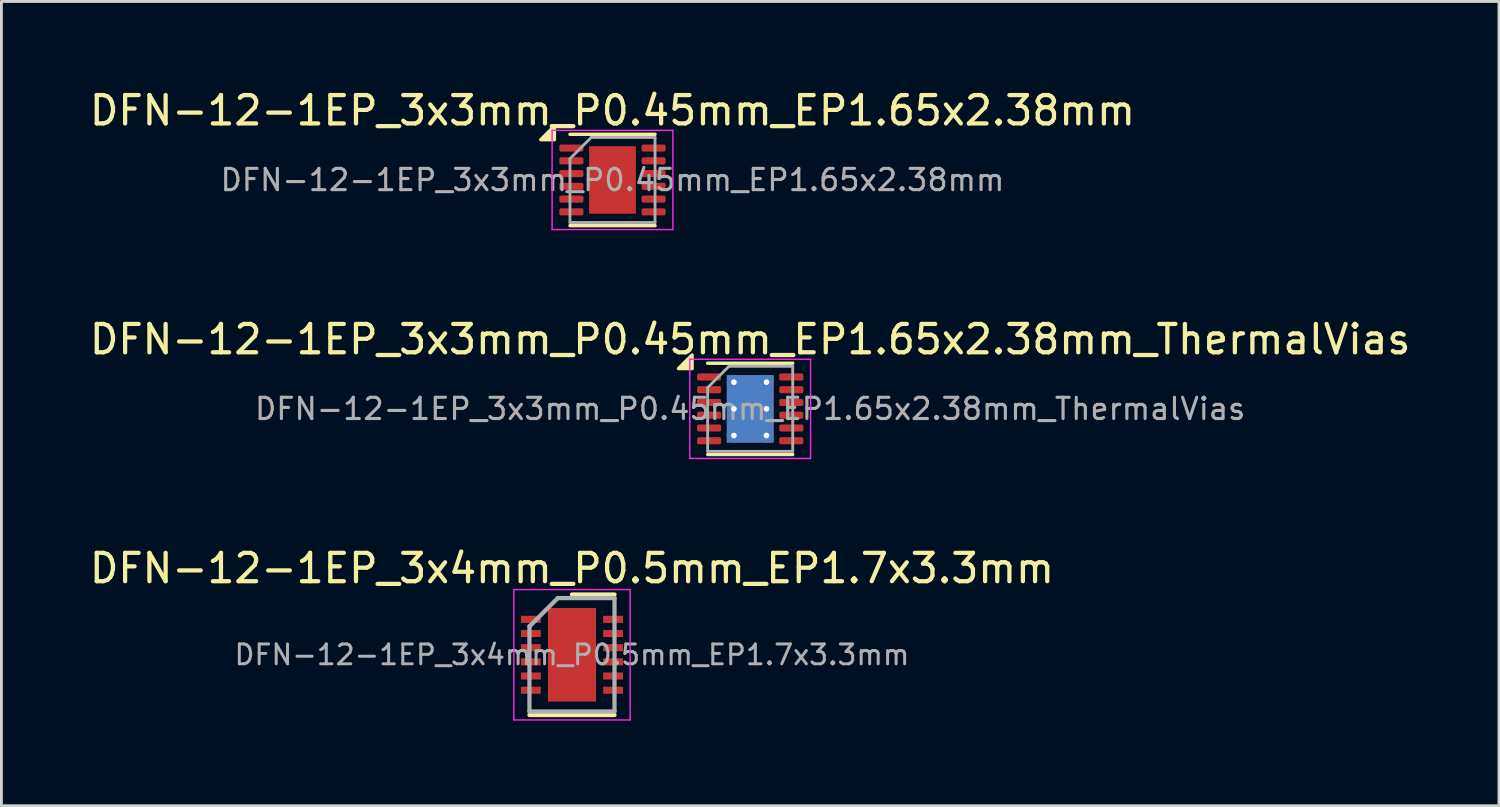
<source format=kicad_pcb>
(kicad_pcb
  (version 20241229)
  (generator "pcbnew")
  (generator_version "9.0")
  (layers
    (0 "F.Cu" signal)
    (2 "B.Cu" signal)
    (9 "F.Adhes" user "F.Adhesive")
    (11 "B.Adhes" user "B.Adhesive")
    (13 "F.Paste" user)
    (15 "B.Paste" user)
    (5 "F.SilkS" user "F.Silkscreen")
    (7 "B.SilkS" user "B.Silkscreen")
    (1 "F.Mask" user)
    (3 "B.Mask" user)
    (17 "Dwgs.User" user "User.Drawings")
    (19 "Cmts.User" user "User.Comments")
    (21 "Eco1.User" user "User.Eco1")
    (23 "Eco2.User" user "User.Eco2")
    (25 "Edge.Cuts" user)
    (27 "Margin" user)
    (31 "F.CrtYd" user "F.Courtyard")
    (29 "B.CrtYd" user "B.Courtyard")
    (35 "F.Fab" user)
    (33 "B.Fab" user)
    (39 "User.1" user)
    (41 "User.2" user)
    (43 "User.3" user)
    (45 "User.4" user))
  (footprint "DFN-12-1EP_3x3mm_P0.45mm_EP1.65x2.38mm_ThermalVias"
    (layer "F.Cu")
    (at 23.411 11.371)
    (property "Reference" "DFN-12-1EP_3x3mm_P0.45mm_EP1.65x2.38mm_ThermalVias" (at 0 -2.45 0) (layer "F.SilkS") (effects (font (size 1 1) (thickness 0.15))))
    (attr smd)
    (fp_line (start -1.5 -1.61) (end 1.5 -1.61) (stroke (width 0.12) (type solid)) (layer "F.SilkS"))
    (fp_line (start -1.5 1.61) (end 1.5 1.61) (stroke (width 0.12) (type solid)) (layer "F.SilkS"))
    (fp_poly (pts (xy -2.05 -1.42) (xy -2.53 -1.42) (xy -2.05 -1.9) (xy -2.05 -1.42)) (stroke (width 0.12) (type solid)) (fill yes) (layer "F.SilkS"))
    (fp_line (start -2.13 -1.75) (end -2.13 1.75) (stroke (width 0.05) (type solid)) (layer "F.CrtYd"))
    (fp_line (start -2.13 1.75) (end 2.13 1.75) (stroke (width 0.05) (type solid)) (layer "F.CrtYd"))
    (fp_line (start 2.13 -1.75) (end -2.13 -1.75) (stroke (width 0.05) (type solid)) (layer "F.CrtYd"))
    (fp_line (start 2.13 1.75) (end 2.13 -1.75) (stroke (width 0.05) (type solid)) (layer "F.CrtYd"))
    (fp_line (start -1.5 -0.75) (end -0.75 -1.5) (stroke (width 0.1) (type solid)) (layer "F.Fab"))
    (fp_line (start -1.5 1.5) (end -1.5 -0.75) (stroke (width 0.1) (type solid)) (layer "F.Fab"))
    (fp_line (start -0.75 -1.5) (end 1.5 -1.5) (stroke (width 0.1) (type solid)) (layer "F.Fab"))
    (fp_line (start 1.5 -1.5) (end 1.5 1.5) (stroke (width 0.1) (type solid)) (layer "F.Fab"))
    (fp_line (start 1.5 1.5) (end -1.5 1.5) (stroke (width 0.1) (type solid)) (layer "F.Fab"))
    (fp_text user "${REFERENCE}" (at 0 0 0) (layer "F.Fab") (effects (font (size 0.75 0.75) (thickness 0.11))))
    (pad "" smd roundrect (at -0.41 -0.595) (size 0.67 0.96) (layers "F.Paste") (roundrect_rratio 0.25))
    (pad "" smd roundrect (at -0.41 0.595) (size 0.67 0.96) (layers "F.Paste") (roundrect_rratio 0.25))
    (pad "" smd roundrect (at 0.41 -0.595) (size 0.67 0.96) (layers "F.Paste") (roundrect_rratio 0.25))
    (pad "" smd roundrect (at 0.41 0.595) (size 0.67 0.96) (layers "F.Paste") (roundrect_rratio 0.25))
    (pad "1" smd roundrect (at -1.45 -1.125) (size 0.85 0.25) (layers "F.Cu" "F.Mask" "F.Paste") (roundrect_rratio 0.25))
    (pad "2" smd roundrect (at -1.45 -0.675) (size 0.85 0.25) (layers "F.Cu" "F.Mask" "F.Paste") (roundrect_rratio 0.25))
    (pad "3" smd roundrect (at -1.45 -0.225) (size 0.85 0.25) (layers "F.Cu" "F.Mask" "F.Paste") (roundrect_rratio 0.25))
    (pad "4" smd roundrect (at -1.45 0.225) (size 0.85 0.25) (layers "F.Cu" "F.Mask" "F.Paste") (roundrect_rratio 0.25))
    (pad "5" smd roundrect (at -1.45 0.675) (size 0.85 0.25) (layers "F.Cu" "F.Mask" "F.Paste") (roundrect_rratio 0.25))
    (pad "6" smd roundrect (at -1.45 1.125) (size 0.85 0.25) (layers "F.Cu" "F.Mask" "F.Paste") (roundrect_rratio 0.25))
    (pad "7" smd roundrect (at 1.45 1.125) (size 0.85 0.25) (layers "F.Cu" "F.Mask" "F.Paste") (roundrect_rratio 0.25))
    (pad "8" smd roundrect (at 1.45 0.675) (size 0.85 0.25) (layers "F.Cu" "F.Mask" "F.Paste") (roundrect_rratio 0.25))
    (pad "9" smd roundrect (at 1.45 0.225) (size 0.85 0.25) (layers "F.Cu" "F.Mask" "F.Paste") (roundrect_rratio 0.25))
    (pad "10" smd roundrect (at 1.45 -0.225) (size 0.85 0.25) (layers "F.Cu" "F.Mask" "F.Paste") (roundrect_rratio 0.25))
    (pad "11" smd roundrect (at 1.45 -0.675) (size 0.85 0.25) (layers "F.Cu" "F.Mask" "F.Paste") (roundrect_rratio 0.25))
    (pad "12" smd roundrect (at 1.45 -1.125) (size 0.85 0.25) (layers "F.Cu" "F.Mask" "F.Paste") (roundrect_rratio 0.25))
    (pad "13" thru_hole circle (at -0.575 -0.94) (size 0.5 0.5) (drill 0.2) (property pad_prop_heatsink) (layers "*.Cu"))
    (pad "13" thru_hole circle (at -0.575 0) (size 0.5 0.5) (drill 0.2) (property pad_prop_heatsink) (layers "*.Cu"))
    (pad "13" thru_hole circle (at -0.575 0.94) (size 0.5 0.5) (drill 0.2) (property pad_prop_heatsink) (layers "*.Cu"))
    (pad "13" smd rect (at 0 0) (size 1.65 2.38) (property pad_prop_heatsink) (layers "F.Cu" "F.Mask"))
    (pad "13" smd rect (at 0 0) (size 1.65 2.38) (property pad_prop_heatsink) (layers "B.Cu"))
    (pad "13" thru_hole circle (at 0.575 -0.94) (size 0.5 0.5) (drill 0.2) (property pad_prop_heatsink) (layers "*.Cu"))
    (pad "13" thru_hole circle (at 0.575 0) (size 0.5 0.5) (drill 0.2) (property pad_prop_heatsink) (layers "*.Cu"))
    (pad "13" thru_hole circle (at 0.575 0.94) (size 0.5 0.5) (drill 0.2) (property pad_prop_heatsink) (layers "*.Cu")))
  (footprint "DFN-12-1EP_3x3mm_P0.45mm_EP1.65x2.38mm"
    (layer "F.Cu")
    (at 18.554 3.298)
    (property "Reference" "DFN-12-1EP_3x3mm_P0.45mm_EP1.65x2.38mm" (at 0 -2.45 0) (layer "F.SilkS") (effects (font (size 1 1) (thickness 0.15))))
    (attr smd)
    (fp_line (start -1.5 -1.61) (end 1.5 -1.61) (stroke (width 0.12) (type solid)) (layer "F.SilkS"))
    (fp_line (start -1.5 1.61) (end 1.5 1.61) (stroke (width 0.12) (type solid)) (layer "F.SilkS"))
    (fp_poly (pts (xy -2.05 -1.42) (xy -2.53 -1.42) (xy -2.05 -1.9) (xy -2.05 -1.42)) (stroke (width 0.12) (type solid)) (fill yes) (layer "F.SilkS"))
    (fp_line (start -2.13 -1.75) (end -2.13 1.75) (stroke (width 0.05) (type solid)) (layer "F.CrtYd"))
    (fp_line (start -2.13 1.75) (end 2.13 1.75) (stroke (width 0.05) (type solid)) (layer "F.CrtYd"))
    (fp_line (start 2.13 -1.75) (end -2.13 -1.75) (stroke (width 0.05) (type solid)) (layer "F.CrtYd"))
    (fp_line (start 2.13 1.75) (end 2.13 -1.75) (stroke (width 0.05) (type solid)) (layer "F.CrtYd"))
    (fp_line (start -1.5 -0.75) (end -0.75 -1.5) (stroke (width 0.1) (type solid)) (layer "F.Fab"))
    (fp_line (start -1.5 1.5) (end -1.5 -0.75) (stroke (width 0.1) (type solid)) (layer "F.Fab"))
    (fp_line (start -0.75 -1.5) (end 1.5 -1.5) (stroke (width 0.1) (type solid)) (layer "F.Fab"))
    (fp_line (start 1.5 -1.5) (end 1.5 1.5) (stroke (width 0.1) (type solid)) (layer "F.Fab"))
    (fp_line (start 1.5 1.5) (end -1.5 1.5) (stroke (width 0.1) (type solid)) (layer "F.Fab"))
    (fp_text user "${REFERENCE}" (at 0 0 0) (layer "F.Fab") (effects (font (size 0.75 0.75) (thickness 0.11))))
    (pad "" smd roundrect (at -0.41 -0.595) (size 0.67 0.96) (layers "F.Paste") (roundrect_rratio 0.25))
    (pad "" smd roundrect (at -0.41 0.595) (size 0.67 0.96) (layers "F.Paste") (roundrect_rratio 0.25))
    (pad "" smd roundrect (at 0.41 -0.595) (size 0.67 0.96) (layers "F.Paste") (roundrect_rratio 0.25))
    (pad "" smd roundrect (at 0.41 0.595) (size 0.67 0.96) (layers "F.Paste") (roundrect_rratio 0.25))
    (pad "1" smd roundrect (at -1.45 -1.125) (size 0.85 0.25) (layers "F.Cu" "F.Mask" "F.Paste") (roundrect_rratio 0.25))
    (pad "2" smd roundrect (at -1.45 -0.675) (size 0.85 0.25) (layers "F.Cu" "F.Mask" "F.Paste") (roundrect_rratio 0.25))
    (pad "3" smd roundrect (at -1.45 -0.225) (size 0.85 0.25) (layers "F.Cu" "F.Mask" "F.Paste") (roundrect_rratio 0.25))
    (pad "4" smd roundrect (at -1.45 0.225) (size 0.85 0.25) (layers "F.Cu" "F.Mask" "F.Paste") (roundrect_rratio 0.25))
    (pad "5" smd roundrect (at -1.45 0.675) (size 0.85 0.25) (layers "F.Cu" "F.Mask" "F.Paste") (roundrect_rratio 0.25))
    (pad "6" smd roundrect (at -1.45 1.125) (size 0.85 0.25) (layers "F.Cu" "F.Mask" "F.Paste") (roundrect_rratio 0.25))
    (pad "7" smd roundrect (at 1.45 1.125) (size 0.85 0.25) (layers "F.Cu" "F.Mask" "F.Paste") (roundrect_rratio 0.25))
    (pad "8" smd roundrect (at 1.45 0.675) (size 0.85 0.25) (layers "F.Cu" "F.Mask" "F.Paste") (roundrect_rratio 0.25))
    (pad "9" smd roundrect (at 1.45 0.225) (size 0.85 0.25) (layers "F.Cu" "F.Mask" "F.Paste") (roundrect_rratio 0.25))
    (pad "10" smd roundrect (at 1.45 -0.225) (size 0.85 0.25) (layers "F.Cu" "F.Mask" "F.Paste") (roundrect_rratio 0.25))
    (pad "11" smd roundrect (at 1.45 -0.675) (size 0.85 0.25) (layers "F.Cu" "F.Mask" "F.Paste") (roundrect_rratio 0.25))
    (pad "12" smd roundrect (at 1.45 -1.125) (size 0.85 0.25) (layers "F.Cu" "F.Mask" "F.Paste") (roundrect_rratio 0.25))
    (pad "13" smd rect (at 0 0) (size 1.65 2.38) (property pad_prop_heatsink) (layers "F.Cu" "F.Mask")))
  (footprint "DFN-12-1EP_3x4mm_P0.5mm_EP1.7x3.3mm"
    (layer "F.Cu")
    (at 17.125 20.045)
    (property "Reference" "DFN-12-1EP_3x4mm_P0.5mm_EP1.7x3.3mm" (at 0 -3.05 0) (layer "F.SilkS") (effects (font (size 1 1) (thickness 0.15))))
    (attr smd)
    (fp_line (start -1.5 2.125) (end 1.5 2.125) (stroke (width 0.15) (type solid)) (layer "F.SilkS"))
    (fp_line (start 0 -2.125) (end 1.5 -2.125) (stroke (width 0.15) (type solid)) (layer "F.SilkS"))
    (fp_line (start -2.05 -2.3) (end -2.05 2.3) (stroke (width 0.05) (type solid)) (layer "F.CrtYd"))
    (fp_line (start -2.05 -2.3) (end 2.05 -2.3) (stroke (width 0.05) (type solid)) (layer "F.CrtYd"))
    (fp_line (start -2.05 2.3) (end 2.05 2.3) (stroke (width 0.05) (type solid)) (layer "F.CrtYd"))
    (fp_line (start 2.05 -2.3) (end 2.05 2.3) (stroke (width 0.05) (type solid)) (layer "F.CrtYd"))
    (fp_line (start -1.5 -1) (end -0.5 -2) (stroke (width 0.15) (type solid)) (layer "F.Fab"))
    (fp_line (start -1.5 2) (end -1.5 -1) (stroke (width 0.15) (type solid)) (layer "F.Fab"))
    (fp_line (start -0.5 -2) (end 1.5 -2) (stroke (width 0.15) (type solid)) (layer "F.Fab"))
    (fp_line (start 1.5 -2) (end 1.5 2) (stroke (width 0.15) (type solid)) (layer "F.Fab"))
    (fp_line (start 1.5 2) (end -1.5 2) (stroke (width 0.15) (type solid)) (layer "F.Fab"))
    (fp_text user "${REFERENCE}" (at 0 0 0) (layer "F.Fab") (effects (font (size 0.7 0.7) (thickness 0.105))))
    (pad "" smd rect (at -0.425 -1.238) (size 0.685 0.67) (layers "F.Paste"))
    (pad "" smd rect (at -0.425 -0.412) (size 0.685 0.67) (layers "F.Paste"))
    (pad "" smd rect (at -0.425 0.412) (size 0.685 0.67) (layers "F.Paste"))
    (pad "" smd rect (at -0.425 1.238) (size 0.685 0.67) (layers "F.Paste"))
    (pad "" smd rect (at 0.425 -1.238) (size 0.685 0.67) (layers "F.Paste"))
    (pad "" smd rect (at 0.425 -0.412) (size 0.685 0.67) (layers "F.Paste"))
    (pad "" smd rect (at 0.425 0.412) (size 0.685 0.67) (layers "F.Paste"))
    (pad "" smd rect (at 0.425 1.238) (size 0.685 0.67) (layers "F.Paste"))
    (pad "1" smd rect (at -1.45 -1.25) (size 0.7 0.25) (layers "F.Cu" "F.Mask" "F.Paste"))
    (pad "2" smd rect (at -1.45 -0.75) (size 0.7 0.25) (layers "F.Cu" "F.Mask" "F.Paste"))
    (pad "3" smd rect (at -1.45 -0.25) (size 0.7 0.25) (layers "F.Cu" "F.Mask" "F.Paste"))
    (pad "4" smd rect (at -1.45 0.25) (size 0.7 0.25) (layers "F.Cu" "F.Mask" "F.Paste"))
    (pad "5" smd rect (at -1.45 0.75) (size 0.7 0.25) (layers "F.Cu" "F.Mask" "F.Paste"))
    (pad "6" smd rect (at -1.45 1.25) (size 0.7 0.25) (layers "F.Cu" "F.Mask" "F.Paste"))
    (pad "7" smd rect (at 1.45 1.25) (size 0.7 0.25) (layers "F.Cu" "F.Mask" "F.Paste"))
    (pad "8" smd rect (at 1.45 0.75) (size 0.7 0.25) (layers "F.Cu" "F.Mask" "F.Paste"))
    (pad "9" smd rect (at 1.45 0.25) (size 0.7 0.25) (layers "F.Cu" "F.Mask" "F.Paste"))
    (pad "10" smd rect (at 1.45 -0.25) (size 0.7 0.25) (layers "F.Cu" "F.Mask" "F.Paste"))
    (pad "11" smd rect (at 1.45 -0.75) (size 0.7 0.25) (layers "F.Cu" "F.Mask" "F.Paste"))
    (pad "12" smd rect (at 1.45 -1.25) (size 0.7 0.25) (layers "F.Cu" "F.Mask" "F.Paste"))
    (pad "13" smd rect (at 0 0) (size 1.7 3.3) (layers "F.Cu" "F.Mask")))
  (gr_rect
    (start -3 -3)
    (end 49.821 25.37)
    (stroke (width 0.1) (type default))
    (fill no)
    (layer "Edge.Cuts")))
</source>
